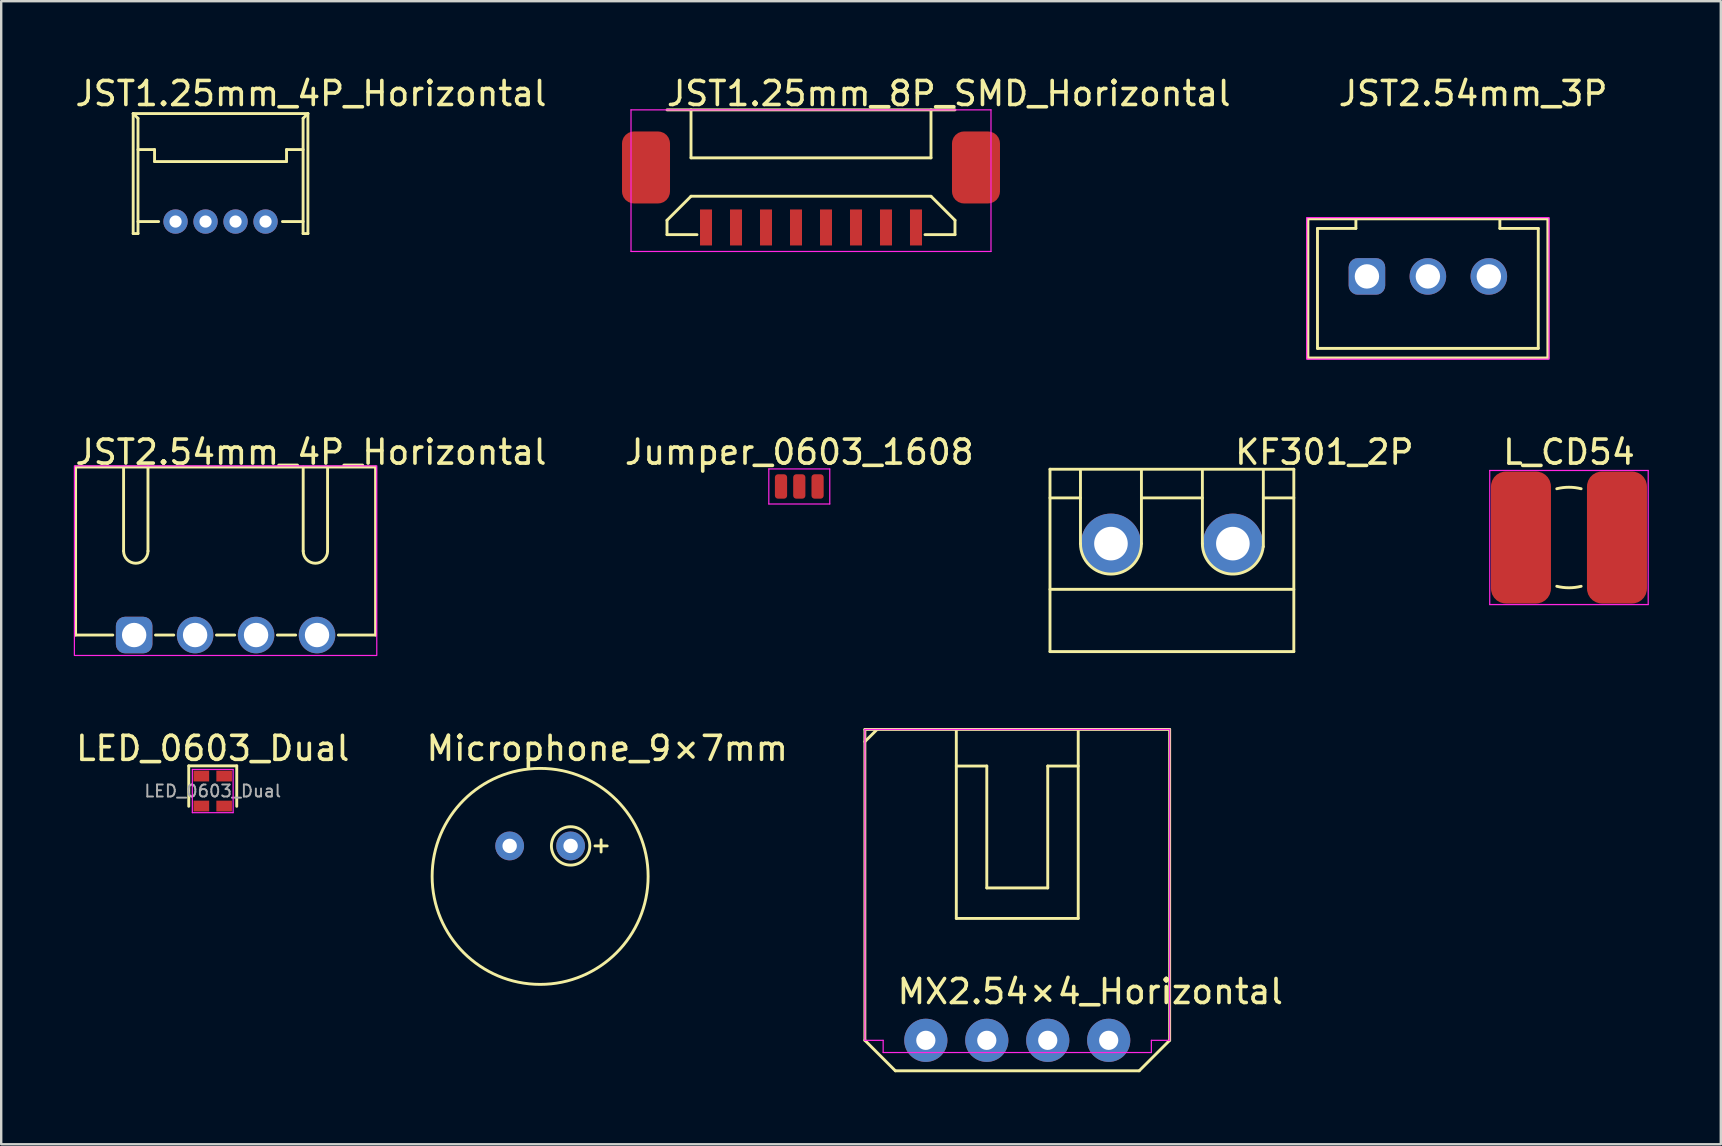
<source format=kicad_pcb>
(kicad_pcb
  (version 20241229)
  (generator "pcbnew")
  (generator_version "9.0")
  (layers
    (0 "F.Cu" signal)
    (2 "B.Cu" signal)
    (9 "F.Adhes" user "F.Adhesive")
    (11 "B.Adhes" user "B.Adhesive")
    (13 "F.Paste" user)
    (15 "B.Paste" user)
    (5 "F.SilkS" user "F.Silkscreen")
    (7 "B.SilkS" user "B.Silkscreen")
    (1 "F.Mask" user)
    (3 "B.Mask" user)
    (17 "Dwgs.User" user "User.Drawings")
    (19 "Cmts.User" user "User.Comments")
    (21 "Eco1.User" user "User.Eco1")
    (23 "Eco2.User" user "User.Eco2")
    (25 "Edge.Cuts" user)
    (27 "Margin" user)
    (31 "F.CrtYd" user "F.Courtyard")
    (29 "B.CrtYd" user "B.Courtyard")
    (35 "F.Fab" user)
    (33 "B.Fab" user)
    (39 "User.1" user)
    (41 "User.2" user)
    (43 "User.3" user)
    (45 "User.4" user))
  (footprint "JST1.25mm_8P_SMD_Horizontal"
    (layer "F.Cu")
    (at 30.744 5.928)
    (property "Reference" "JST1.25mm_8P_SMD_Horizontal" (at -6.096 -5.08 0) (layer "F.SilkS") (effects (font (size 1 1) (thickness 0.15)) (justify left)))
    (attr through_hole)
    (fp_line (start -6 -4.4) (end 6 -4.4) (stroke (width 0.12) (type solid)) (layer "F.SilkS"))
    (fp_line (start -6 0.2) (end -6 0.8) (stroke (width 0.12) (type solid)) (layer "F.SilkS"))
    (fp_line (start -6 0.2) (end -5 -0.8) (stroke (width 0.12) (type solid)) (layer "F.SilkS"))
    (fp_line (start -6 0.8) (end -4.75 0.8) (stroke (width 0.12) (type solid)) (layer "F.SilkS"))
    (fp_line (start -5 -2.4) (end -5 -4.4) (stroke (width 0.12) (type solid)) (layer "F.SilkS"))
    (fp_line (start -5 -2.4) (end 5 -2.4) (stroke (width 0.12) (type solid)) (layer "F.SilkS"))
    (fp_line (start -5 -0.8) (end 5 -0.8) (stroke (width 0.12) (type solid)) (layer "F.SilkS"))
    (fp_line (start 4.75 0.8) (end 6 0.8) (stroke (width 0.12) (type solid)) (layer "F.SilkS"))
    (fp_line (start 5 -2.4) (end 5 -4.4) (stroke (width 0.12) (type solid)) (layer "F.SilkS"))
    (fp_line (start 6 0.2) (end 5 -0.8) (stroke (width 0.12) (type solid)) (layer "F.SilkS"))
    (fp_line (start 6 0.2) (end 6 0.8) (stroke (width 0.12) (type solid)) (layer "F.SilkS"))
    (fp_line (start -7.5 -4.4) (end -7.5 1.5) (stroke (width 0.05) (type solid)) (layer "F.CrtYd"))
    (fp_line (start -7.5 1.5) (end 7.5 1.5) (stroke (width 0.05) (type solid)) (layer "F.CrtYd"))
    (fp_line (start 7.5 -4.4) (end -7.5 -4.4) (stroke (width 0.05) (type solid)) (layer "F.CrtYd"))
    (fp_line (start 7.5 1.5) (end 7.5 -4.4) (stroke (width 0.05) (type solid)) (layer "F.CrtYd"))
    (pad "" smd roundrect (at -5.875 -0.5) (size 2 3) (drill (offset -1 -1.5)) (layers "F.Cu" "F.Mask" "F.Paste") (roundrect_rratio 0.25))
    (pad "" smd roundrect (at 5.875 -0.5) (size 2 3) (drill (offset 1 -1.5)) (layers "F.Cu" "F.Mask" "F.Paste") (roundrect_rratio 0.25))
    (pad "1" smd rect (at -4.375 0.5) (size 0.5 1.5) (layers "F.Cu" "F.Mask" "F.Paste"))
    (pad "2" smd rect (at -3.125 0.5) (size 0.5 1.5) (layers "F.Cu" "F.Mask" "F.Paste"))
    (pad "3" smd rect (at -1.875 0.5) (size 0.5 1.5) (layers "F.Cu" "F.Mask" "F.Paste"))
    (pad "4" smd rect (at -0.625 0.5) (size 0.5 1.5) (layers "F.Cu" "F.Mask" "F.Paste"))
    (pad "5" smd rect (at 0.625 0.5) (size 0.5 1.5) (layers "F.Cu" "F.Mask" "F.Paste"))
    (pad "6" smd rect (at 1.875 0.5) (size 0.5 1.5) (layers "F.Cu" "F.Mask" "F.Paste"))
    (pad "7" smd rect (at 3.125 0.5) (size 0.5 1.5) (layers "F.Cu" "F.Mask" "F.Paste"))
    (pad "8" smd rect (at 4.375 0.5) (size 0.5 1.5) (layers "F.Cu" "F.Mask" "F.Paste")))
  (footprint "JST1.25mm_4P_Horizontal"
    (layer "F.Cu")
    (at 6.14 6.182)
    (property "Reference" "JST1.25mm_4P_Horizontal" (at -6.14 -5.334 0) (layer "F.SilkS") (effects (font (size 1 1) (thickness 0.15)) (justify left)))
    (attr through_hole)
    (fp_line (start -3.64 0.5) (end -3.64 -4.5) (stroke (width 0.12) (type solid)) (layer "F.SilkS"))
    (fp_line (start -3.44 -4.3) (end -3.64 -4.5) (stroke (width 0.12) (type solid)) (layer "F.SilkS"))
    (fp_line (start -3.44 -3) (end -2.75 -3) (stroke (width 0.12) (type solid)) (layer "F.SilkS"))
    (fp_line (start -3.44 0) (end -2.58 0) (stroke (width 0.12) (type solid)) (layer "F.SilkS"))
    (fp_line (start -3.44 0.5) (end -3.64 0.5) (stroke (width 0.12) (type solid)) (layer "F.SilkS"))
    (fp_line (start -3.44 0.5) (end -3.44 -4.3) (stroke (width 0.12) (type solid)) (layer "F.SilkS"))
    (fp_line (start -2.75 -3) (end -2.75 -2.5) (stroke (width 0.12) (type solid)) (layer "F.SilkS"))
    (fp_line (start 2.75 -3) (end 2.75 -2.5) (stroke (width 0.12) (type solid)) (layer "F.SilkS"))
    (fp_line (start 2.75 -2.5) (end -2.75 -2.5) (stroke (width 0.12) (type solid)) (layer "F.SilkS"))
    (fp_line (start 3.44 -4.3) (end 3.64 -4.5) (stroke (width 0.12) (type solid)) (layer "F.SilkS"))
    (fp_line (start 3.44 -3) (end 2.75 -3) (stroke (width 0.12) (type solid)) (layer "F.SilkS"))
    (fp_line (start 3.44 0) (end 2.58 0) (stroke (width 0.12) (type solid)) (layer "F.SilkS"))
    (fp_line (start 3.44 0.5) (end 3.44 -4.3) (stroke (width 0.12) (type solid)) (layer "F.SilkS"))
    (fp_line (start 3.44 0.5) (end 3.64 0.5) (stroke (width 0.12) (type solid)) (layer "F.SilkS"))
    (fp_line (start 3.64 -4.5) (end -3.64 -4.5) (stroke (width 0.12) (type solid)) (layer "F.SilkS"))
    (fp_line (start 3.64 0.5) (end 3.64 -4.5) (stroke (width 0.12) (type solid)) (layer "F.SilkS"))
    (pad "1" thru_hole circle (at -1.875 0) (size 1.016 1.016) (drill 0.508) (layers "*.Cu" "*.Mask"))
    (pad "2" thru_hole circle (at -0.625 0) (size 1.016 1.016) (drill 0.508) (layers "*.Cu" "*.Mask"))
    (pad "3" thru_hole circle (at 0.625 0) (size 1.016 1.016) (drill 0.508) (layers "*.Cu" "*.Mask"))
    (pad "4" thru_hole circle (at 1.875 0) (size 1.016 1.016) (drill 0.508) (layers "*.Cu" "*.Mask")))
  (footprint "JST2.54mm_4P_Horizontal"
    (layer "F.Cu")
    (at 6.35 23.412)
    (property "Reference" "JST2.54mm_4P_Horizontal" (at -6.35 -7.62 0) (layer "F.SilkS") (effects (font (size 1 1) (thickness 0.15)) (justify left)))
    (attr through_hole)
    (fp_line (start -6.25 -7) (end -6.25 0) (stroke (width 0.12) (type solid)) (layer "F.SilkS"))
    (fp_line (start -6.25 -7) (end 6.25 -7) (stroke (width 0.12) (type solid)) (layer "F.SilkS"))
    (fp_line (start -6.25 0) (end -4.699 0) (stroke (width 0.12) (type solid)) (layer "F.SilkS"))
    (fp_line (start -4.25 -7) (end -4.25 -3.5) (stroke (width 0.12) (type solid)) (layer "F.SilkS"))
    (fp_line (start -3.234 -7) (end -3.234 -3.5) (stroke (width 0.12) (type solid)) (layer "F.SilkS"))
    (fp_line (start -2.921 0) (end -2.159 0) (stroke (width 0.12) (type solid)) (layer "F.SilkS"))
    (fp_line (start -0.381 0) (end 0.381 0) (stroke (width 0.12) (type solid)) (layer "F.SilkS"))
    (fp_line (start 2.159 0) (end 2.921 0) (stroke (width 0.12) (type solid)) (layer "F.SilkS"))
    (fp_line (start 3.234 -7) (end 3.234 -3.5) (stroke (width 0.12) (type solid)) (layer "F.SilkS"))
    (fp_line (start 4.25 -7) (end 4.25 -3.5) (stroke (width 0.12) (type solid)) (layer "F.SilkS"))
    (fp_line (start 4.699 0) (end 6.25 0) (stroke (width 0.12) (type solid)) (layer "F.SilkS"))
    (fp_line (start 6.25 -7) (end 6.25 0) (stroke (width 0.12) (type solid)) (layer "F.SilkS"))
    (fp_arc (start -3.234 -3.5) (mid -3.742 -2.992) (end -4.25 -3.5) (stroke (width 0.12) (type solid)) (layer "F.SilkS"))
    (fp_arc (start 4.25 -3.5) (mid 3.742 -2.992) (end 3.234 -3.5) (stroke (width 0.12) (type solid)) (layer "F.SilkS"))
    (fp_rect (start -6.3 -7.05) (end 6.3 0.85) (stroke (width 0.05) (type default)) (fill no) (layer "F.CrtYd"))
    (pad "1" thru_hole roundrect (at -3.81 0) (size 1.524 1.524) (drill 1.016) (layers "*.Cu" "*.Mask") (roundrect_rratio 0.25))
    (pad "2" thru_hole circle (at -1.27 0) (size 1.524 1.524) (drill 1.016) (layers "*.Cu" "*.Mask"))
    (pad "3" thru_hole circle (at 1.27 0) (size 1.524 1.524) (drill 1.016) (layers "*.Cu" "*.Mask"))
    (pad "4" thru_hole circle (at 3.81 0) (size 1.524 1.524) (drill 1.016) (layers "*.Cu" "*.Mask")))
  (footprint "L_CD54"
    (layer "F.Cu")
    (at 62.328 19.348)
    (property "Reference" "L_CD54" (at 0 -3.556 0) (layer "F.SilkS") (effects (font (size 1 1) (thickness 0.15))))
    (attr smd)
    (fp_arc (start -0.508 -2.031999) (mid 0 -2.094537) (end 0.508 -2.031999) (stroke (width 0.12) (type solid)) (layer "F.SilkS"))
    (fp_arc (start 0.508 2.031999) (mid 0 2.094537) (end -0.508 2.031999) (stroke (width 0.12) (type solid)) (layer "F.SilkS"))
    (fp_line (start -3.302 -2.794) (end 3.302 -2.794) (stroke (width 0.05) (type solid)) (layer "F.CrtYd"))
    (fp_line (start -3.302 2.794) (end -3.302 -2.794) (stroke (width 0.05) (type solid)) (layer "F.CrtYd"))
    (fp_line (start 3.302 -2.794) (end 3.302 2.794) (stroke (width 0.05) (type solid)) (layer "F.CrtYd"))
    (fp_line (start 3.302 2.794) (end -3.302 2.794) (stroke (width 0.05) (type solid)) (layer "F.CrtYd"))
    (pad "1" smd roundrect (at -2 0) (size 2.5 5.5) (layers "F.Cu" "F.Mask" "F.Paste") (roundrect_rratio 0.25))
    (pad "2" smd roundrect (at 2 0) (size 2.5 5.5) (layers "F.Cu" "F.Mask" "F.Paste") (roundrect_rratio 0.25)))
  (footprint "MX2.54×4_Horizontal"
    (layer "F.Cu")
    (at 39.339 40.3)
    (property "Reference" "MX2.54×4_Horizontal" (at -5.08 -2.032 0) (layer "F.SilkS") (effects (font (size 1 1) (thickness 0.15)) (justify left)))
    (attr through_hole)
    (fp_line (start -6.35 -12.954) (end 6.35 -12.954) (stroke (width 0.12) (type solid)) (layer "F.SilkS"))
    (fp_line (start -6.35 -12.446) (end -5.842 -12.954) (stroke (width 0.12) (type solid)) (layer "F.SilkS"))
    (fp_line (start -6.35 0) (end -6.35 -12.954) (stroke (width 0.12) (type solid)) (layer "F.SilkS"))
    (fp_line (start -5.08 1.27) (end -6.35 0) (stroke (width 0.12) (type solid)) (layer "F.SilkS"))
    (fp_line (start -5.08 1.27) (end 5.08 1.27) (stroke (width 0.12) (type solid)) (layer "F.SilkS"))
    (fp_line (start -2.54 -12.954) (end -2.54 -5.08) (stroke (width 0.12) (type solid)) (layer "F.SilkS"))
    (fp_line (start -2.54 -11.43) (end -1.27 -11.43) (stroke (width 0.12) (type solid)) (layer "F.SilkS"))
    (fp_line (start -2.54 -5.08) (end 2.54 -5.08) (stroke (width 0.12) (type solid)) (layer "F.SilkS"))
    (fp_line (start -1.27 -11.43) (end -1.27 -6.35) (stroke (width 0.12) (type solid)) (layer "F.SilkS"))
    (fp_line (start -1.27 -6.35) (end 1.27 -6.35) (stroke (width 0.12) (type solid)) (layer "F.SilkS"))
    (fp_line (start 1.27 -11.43) (end 2.54 -11.43) (stroke (width 0.12) (type solid)) (layer "F.SilkS"))
    (fp_line (start 1.27 -6.35) (end 1.27 -11.43) (stroke (width 0.12) (type solid)) (layer "F.SilkS"))
    (fp_line (start 2.54 -5.08) (end 2.54 -12.954) (stroke (width 0.12) (type solid)) (layer "F.SilkS"))
    (fp_line (start 5.08 1.27) (end 6.35 0) (stroke (width 0.12) (type solid)) (layer "F.SilkS"))
    (fp_line (start 6.35 -12.954) (end 6.35 0) (stroke (width 0.12) (type solid)) (layer "F.SilkS"))
    (fp_line (start -6.35 -12.954) (end 6.35 -12.954) (stroke (width 0.05) (type solid)) (layer "F.CrtYd"))
    (fp_line (start -6.35 0) (end -6.35 -12.954) (stroke (width 0.05) (type solid)) (layer "F.CrtYd"))
    (fp_line (start -5.588 0) (end -6.35 0) (stroke (width 0.05) (type solid)) (layer "F.CrtYd"))
    (fp_line (start -5.588 0.508) (end -5.588 0) (stroke (width 0.05) (type solid)) (layer "F.CrtYd"))
    (fp_line (start 5.588 0) (end 5.588 0.508) (stroke (width 0.05) (type solid)) (layer "F.CrtYd"))
    (fp_line (start 5.588 0.508) (end -5.588 0.508) (stroke (width 0.05) (type solid)) (layer "F.CrtYd"))
    (fp_line (start 6.35 -12.954) (end 6.35 0) (stroke (width 0.05) (type solid)) (layer "F.CrtYd"))
    (fp_line (start 6.35 0) (end 5.588 0) (stroke (width 0.05) (type solid)) (layer "F.CrtYd"))
    (pad "1" thru_hole circle (at -3.81 0) (size 1.8 1.8) (drill 0.8) (layers "*.Cu" "*.Mask"))
    (pad "2" thru_hole circle (at -1.27 0) (size 1.8 1.8) (drill 0.8) (layers "*.Cu" "*.Mask"))
    (pad "3" thru_hole circle (at 1.27 0) (size 1.8 1.8) (drill 0.8) (layers "*.Cu" "*.Mask"))
    (pad "4" thru_hole circle (at 3.81 0) (size 1.8 1.8) (drill 0.8) (layers "*.Cu" "*.Mask")))
  (footprint "LED_0603_Dual"
    (layer "F.Cu")
    (at 5.815 29.913)
    (property "Reference" "LED_0603_Dual" (at 0 -1.778 0) (layer "F.SilkS") (effects (font (size 1 1) (thickness 0.15))))
    (attr smd)
    (fp_line (start -1 -1.05) (end -1 0.635) (stroke (width 0.12) (type solid)) (layer "F.SilkS"))
    (fp_line (start -1 -1.05) (end 1 -1.05) (stroke (width 0.12) (type solid)) (layer "F.SilkS"))
    (fp_line (start 1 -1.05) (end 1 0.635) (stroke (width 0.12) (type solid)) (layer "F.SilkS"))
    (fp_line (start -0.85 -0.9) (end -0.85 0.9) (stroke (width 0.05) (type solid)) (layer "F.CrtYd"))
    (fp_line (start -0.85 -0.9) (end 0.85 -0.9) (stroke (width 0.05) (type solid)) (layer "F.CrtYd"))
    (fp_line (start -0.85 0.9) (end 0.85 0.9) (stroke (width 0.05) (type solid)) (layer "F.CrtYd"))
    (fp_line (start 0.85 -0.9) (end 0.85 0.9) (stroke (width 0.05) (type solid)) (layer "F.CrtYd"))
    (fp_text user "${REFERENCE}" (at 0 0 0) (layer "F.Fab") (effects (font (size 0.5 0.5) (thickness 0.08))))
    (pad "1" smd rect (at 0.425 0.625) (size 0.65 0.45) (drill (offset 0.05 0)) (layers "F.Cu" "F.Mask" "F.Paste"))
    (pad "2" smd rect (at 0.425 -0.625) (size 0.65 0.45) (drill (offset 0.05 0)) (layers "F.Cu" "F.Mask" "F.Paste"))
    (pad "3" smd rect (at -0.425 0.625) (size 0.65 0.45) (drill (offset -0.05 0)) (layers "F.Cu" "F.Mask" "F.Paste"))
    (pad "4" smd rect (at -0.425 -0.625) (size 0.65 0.45) (drill (offset -0.05 0)) (layers "F.Cu" "F.Mask" "F.Paste")))
  (footprint "KF301_2P"
    (layer "F.Cu")
    (at 45.783 19.602)
    (property "Reference" "KF301_2P" (at 2.54 -3.81 0) (layer "F.SilkS") (effects (font (size 1 1) (thickness 0.15)) (justify left)))
    (attr through_hole)
    (fp_line (start -5.08 -3.1) (end 5.08 -3.1) (stroke (width 0.12) (type solid)) (layer "F.SilkS"))
    (fp_line (start -5.08 -1.905) (end -3.81 -1.905) (stroke (width 0.12) (type solid)) (layer "F.SilkS"))
    (fp_line (start -5.08 1.905) (end 5.08 1.905) (stroke (width 0.12) (type solid)) (layer "F.SilkS"))
    (fp_line (start -5.08 4.5) (end -5.08 -3.1) (stroke (width 0.12) (type solid)) (layer "F.SilkS"))
    (fp_line (start -3.81 -3.048) (end -3.81 0) (stroke (width 0.12) (type solid)) (layer "F.SilkS"))
    (fp_line (start -1.27 -1.905) (end 1.27 -1.905) (stroke (width 0.12) (type solid)) (layer "F.SilkS"))
    (fp_line (start -1.27 0) (end -1.27 -3.048) (stroke (width 0.12) (type solid)) (layer "F.SilkS"))
    (fp_line (start 1.27 -3.048) (end 1.27 0) (stroke (width 0.12) (type solid)) (layer "F.SilkS"))
    (fp_line (start 3.81 -1.905) (end 5.08 -1.905) (stroke (width 0.12) (type solid)) (layer "F.SilkS"))
    (fp_line (start 3.81 0.127) (end 3.81 -3.048) (stroke (width 0.12) (type solid)) (layer "F.SilkS"))
    (fp_line (start 5.08 -3.1) (end 5.08 4.5) (stroke (width 0.12) (type solid)) (layer "F.SilkS"))
    (fp_line (start 5.08 4.5) (end -5.08 4.5) (stroke (width 0.12) (type solid)) (layer "F.SilkS"))
    (fp_arc (start -1.27 0) (mid -2.54 1.27) (end -3.81 0) (stroke (width 0.12) (type solid)) (layer "F.SilkS"))
    (fp_arc (start 3.803697 0.12637) (mid 2.476736 1.268423) (end 1.27 0) (stroke (width 0.12) (type solid)) (layer "F.SilkS"))
    (pad "1" thru_hole circle (at -2.54 0) (size 2.5 2.5) (drill 1.4) (layers "*.Cu" "*.Mask"))
    (pad "2" thru_hole circle (at 2.54 0) (size 2.5 2.5) (drill 1.4) (layers "*.Cu" "*.Mask")))
  (footprint "Jumper_0603_1608"
    (layer "F.Cu")
    (at 30.256 17.221)
    (property "Reference" "Jumper_0603_1608" (at 0 -1.43 0) (layer "F.SilkS") (effects (font (size 1 1) (thickness 0.15))))
    (attr smd)
    (fp_line (start -1.27 -0.73) (end 1.27 -0.73) (stroke (width 0.05) (type solid)) (layer "F.CrtYd"))
    (fp_line (start -1.27 0.73) (end -1.27 -0.73) (stroke (width 0.05) (type solid)) (layer "F.CrtYd"))
    (fp_line (start 1.27 -0.73) (end 1.27 0.73) (stroke (width 0.05) (type solid)) (layer "F.CrtYd"))
    (fp_line (start 1.27 0.73) (end -1.27 0.73) (stroke (width 0.05) (type solid)) (layer "F.CrtYd"))
    (pad "1" smd roundrect (at -0.762 0) (size 0.508 1.016) (layers "F.Cu" "F.Mask" "F.Paste") (roundrect_rratio 0.25))
    (pad "2" smd roundrect (at 0 0) (size 0.508 1.016) (layers "F.Cu" "F.Mask" "F.Paste") (roundrect_rratio 0.25))
    (pad "3" smd roundrect (at 0.762 0) (size 0.508 1.016) (layers "F.Cu" "F.Mask" "F.Paste") (roundrect_rratio 0.25)))
  (footprint "Microphone_9×7mm"
    (layer "F.Cu")
    (at 19.457 33.469)
    (property "Reference" "Microphone_9×7mm" (at -4.826 -5.334 0) (layer "F.SilkS") (effects (font (size 1 1) (thickness 0.15)) (justify left)))
    (attr through_hole)
    (fp_line (start 2.54 -1.016) (end 2.54 -1.524) (stroke (width 0.12) (type solid)) (layer "F.SilkS"))
    (fp_line (start 2.794 -1.27) (end 2.286 -1.27) (stroke (width 0.12) (type solid)) (layer "F.SilkS"))
    (fp_circle (center 0 0) (end -4.5 0) (stroke (width 0.12) (type solid)) (fill no) (layer "F.SilkS"))
    (fp_circle (center 1.27 -1.27) (end 2.07 -1.27) (stroke (width 0.12) (type solid)) (fill no) (layer "F.SilkS"))
    (pad "1" thru_hole circle (at -1.27 -1.27 180) (size 1.2 1.2) (drill 0.6) (layers "*.Cu" "*.Mask"))
    (pad "2" thru_hole circle (at 1.27 -1.27 180) (size 1.2 1.2) (drill 0.6) (layers "*.Cu" "*.Mask")))
  (footprint "JST2.54mm_3P"
    (layer "F.Cu")
    (at 56.449 8.468)
    (property "Reference" "JST2.54mm_3P" (at -3.81 -7.62 0) (layer "F.SilkS") (effects (font (size 1 1) (thickness 0.15)) (justify left)))
    (attr through_hole)
    (fp_line (start -5 -2.4) (end -5 3.4) (stroke (width 0.12) (type solid)) (layer "F.SilkS"))
    (fp_line (start -5 -2.4) (end 5 -2.4) (stroke (width 0.12) (type solid)) (layer "F.SilkS"))
    (fp_line (start -5 3.4) (end 5 3.4) (stroke (width 0.12) (type solid)) (layer "F.SilkS"))
    (fp_line (start -4.6 -2) (end -4.6 3) (stroke (width 0.12) (type solid)) (layer "F.SilkS"))
    (fp_line (start -4.6 3) (end 4.6 3) (stroke (width 0.12) (type solid)) (layer "F.SilkS"))
    (fp_line (start -3 -2) (end -4.6 -2) (stroke (width 0.12) (type solid)) (layer "F.SilkS"))
    (fp_line (start -3 -2) (end -3 -2.4) (stroke (width 0.12) (type solid)) (layer "F.SilkS"))
    (fp_line (start 3 -2) (end 3 -2.4) (stroke (width 0.12) (type solid)) (layer "F.SilkS"))
    (fp_line (start 4.6 -2) (end 3 -2) (stroke (width 0.12) (type solid)) (layer "F.SilkS"))
    (fp_line (start 4.6 -2) (end 4.6 3) (stroke (width 0.12) (type solid)) (layer "F.SilkS"))
    (fp_line (start 5 -2.4) (end 5 3.4) (stroke (width 0.12) (type solid)) (layer "F.SilkS"))
    (fp_rect (start -5.05 -2.45) (end 5.05 3.45) (stroke (width 0.05) (type default)) (fill no) (layer "F.CrtYd"))
    (pad "1" thru_hole roundrect (at -2.54 0) (size 1.524 1.524) (drill 1.016) (layers "*.Cu" "*.Mask") (roundrect_rratio 0.25))
    (pad "2" thru_hole circle (at 0 0) (size 1.524 1.524) (drill 1.016) (layers "*.Cu" "*.Mask"))
    (pad "3" thru_hole circle (at 2.54 0) (size 1.524 1.524) (drill 1.016) (layers "*.Cu" "*.Mask")))
  (gr_rect
    (start -3 -3)
    (end 68.655 44.63)
    (stroke (width 0.1) (type default))
    (fill no)
    (layer "Edge.Cuts")))
</source>
